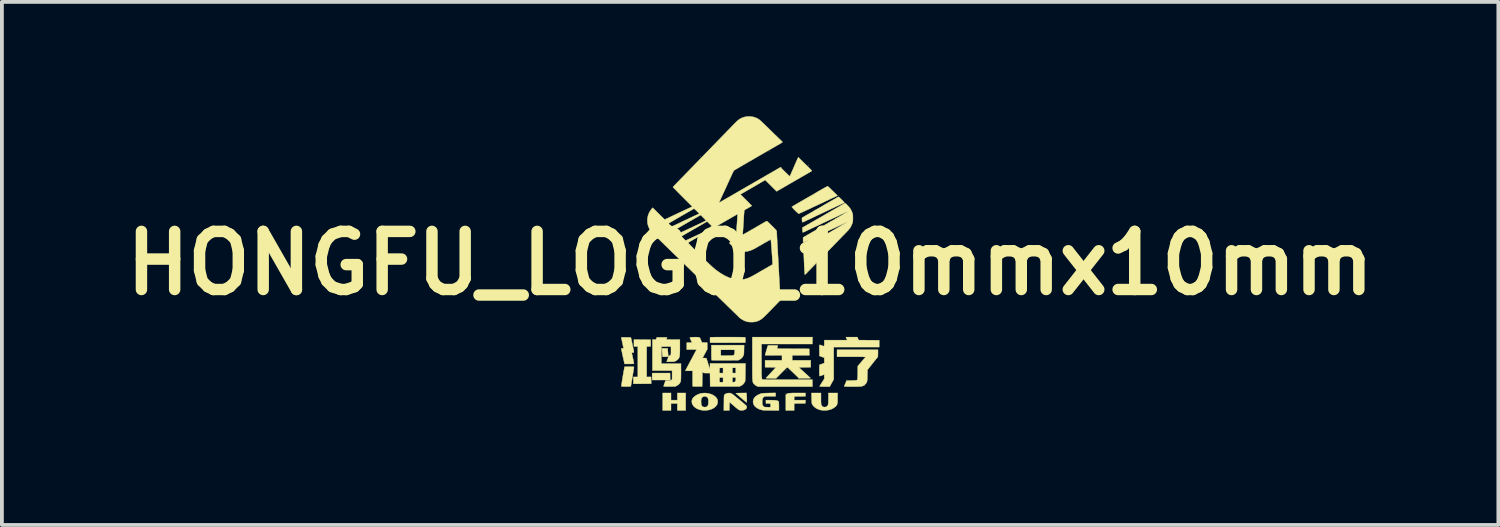
<source format=kicad_pcb>
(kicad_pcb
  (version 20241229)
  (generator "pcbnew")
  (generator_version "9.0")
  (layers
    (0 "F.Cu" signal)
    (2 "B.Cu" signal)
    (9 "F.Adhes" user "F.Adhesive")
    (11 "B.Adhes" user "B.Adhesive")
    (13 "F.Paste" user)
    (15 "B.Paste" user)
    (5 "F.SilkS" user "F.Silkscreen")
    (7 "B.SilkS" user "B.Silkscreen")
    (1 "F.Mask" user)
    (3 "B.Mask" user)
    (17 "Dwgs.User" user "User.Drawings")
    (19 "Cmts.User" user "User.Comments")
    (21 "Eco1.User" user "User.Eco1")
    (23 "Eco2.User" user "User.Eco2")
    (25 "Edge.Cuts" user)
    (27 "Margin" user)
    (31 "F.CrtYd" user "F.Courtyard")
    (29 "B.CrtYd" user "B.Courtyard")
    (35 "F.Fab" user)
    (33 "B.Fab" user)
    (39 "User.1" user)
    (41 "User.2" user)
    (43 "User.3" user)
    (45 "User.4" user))
  (footprint "HONGFU_LOGO_10mmx10mm"
    (layer "F.Cu")
    (at 16.626 3.854)
    (property "Reference" "HONGFU_LOGO_10mmx10mm" (at 0 0 0) (layer "F.SilkS") (effects (font (size 1.524 1.524) (thickness 0.3))))
    (attr through_hole)
    (fp_poly (pts (xy -1.292 -2.805) (xy -1.295 -2.801) (xy -1.299 -2.805) (xy -1.295 -2.809) (xy -1.292 -2.805)) (stroke (width 0.01) (type solid)) (fill yes) (layer "F.SilkS"))
    (fp_poly (pts (xy -1.001 0.737) (xy -1.005 0.74) (xy -1.009 0.737) (xy -1.005 0.733) (xy -1.001 0.737)) (stroke (width 0.01) (type solid)) (fill yes) (layer "F.SilkS"))
    (fp_poly (pts (xy 0.508 -2.943) (xy 0.504 -2.939) (xy 0.501 -2.943) (xy 0.504 -2.946) (xy 0.508 -2.943)) (stroke (width 0.01) (type solid)) (fill yes) (layer "F.SilkS"))
    (fp_poly (pts (xy 0.827 -2.515) (xy 0.824 -2.511) (xy 0.82 -2.515) (xy 0.824 -2.518) (xy 0.827 -2.515)) (stroke (width 0.01) (type solid)) (fill yes) (layer "F.SilkS"))
    (fp_poly (pts (xy 0.943 3.429) (xy 0.94 3.433) (xy 0.936 3.429) (xy 0.94 3.425) (xy 0.943 3.429)) (stroke (width 0.01) (type solid)) (fill yes) (layer "F.SilkS"))
    (fp_poly (pts (xy 0.951 2.805) (xy 0.947 2.809) (xy 0.943 2.805) (xy 0.947 2.801) (xy 0.951 2.805)) (stroke (width 0.01) (type solid)) (fill yes) (layer "F.SilkS"))
    (fp_poly (pts (xy 1.277 3.03) (xy 1.274 3.033) (xy 1.27 3.03) (xy 1.274 3.026) (xy 1.277 3.03)) (stroke (width 0.01) (type solid)) (fill yes) (layer "F.SilkS"))
    (fp_poly (pts (xy 1.531 -2.573) (xy 1.528 -2.569) (xy 1.524 -2.573) (xy 1.528 -2.576) (xy 1.531 -2.573)) (stroke (width 0.01) (type solid)) (fill yes) (layer "F.SilkS"))
    (fp_poly (pts (xy 2.533 3.066) (xy 2.529 3.07) (xy 2.525 3.066) (xy 2.529 3.063) (xy 2.533 3.066)) (stroke (width 0.01) (type solid)) (fill yes) (layer "F.SilkS"))
    (fp_poly (pts (xy 2.997 3.211) (xy 2.994 3.215) (xy 2.99 3.211) (xy 2.994 3.208) (xy 2.997 3.211)) (stroke (width 0.01) (type solid)) (fill yes) (layer "F.SilkS"))
    (fp_poly (pts (xy -2.076 3.592) (xy -1.909 3.592) (xy -1.909 3.404) (xy -1.691 3.404) (xy -1.691 3.861) (xy -1.909 3.861) (xy -1.909 3.679) (xy -2.076 3.679) (xy -2.076 3.861) (xy -2.293 3.861) (xy -2.293 3.404) (xy -2.076 3.404) (xy -2.076 3.592)) (stroke (width 0.01) (type solid)) (fill yes) (layer "F.SilkS"))
    (fp_poly (pts (xy -2.16 2.29) (xy -2.157 2.327) (xy -2.153 2.369) (xy -2.151 2.398) (xy -2.146 2.453) (xy -2.299 2.453) (xy -2.303 2.382) (xy -2.306 2.346) (xy -2.309 2.311) (xy -2.311 2.282) (xy -2.312 2.273) (xy -2.317 2.235) (xy -2.165 2.235) (xy -2.16 2.29)) (stroke (width 0.01) (type solid)) (fill yes) (layer "F.SilkS"))
    (fp_poly (pts (xy -2.412 2.881) (xy -2.358 2.881) (xy -2.33 2.881) (xy -2.101 2.881) (xy -2.099 2.972) (xy -2.097 3.063) (xy -2.568 3.063) (xy -2.57 2.972) (xy -2.571 2.931) (xy -2.57 2.902) (xy -2.568 2.885) (xy -2.565 2.881) (xy -2.557 2.881) (xy -2.535 2.881) (xy -2.503 2.881) (xy -2.461 2.881) (xy -2.412 2.881)) (stroke (width 0.01) (type solid)) (fill yes) (layer "F.SilkS"))
    (fp_poly (pts (xy -2.828 2.005) (xy -2.609 2.007) (xy -2.609 2.181) (xy -2.662 2.183) (xy -2.714 2.185) (xy -2.714 2.983) (xy -2.598 2.983) (xy -2.597 3.044) (xy -2.596 3.077) (xy -2.596 3.107) (xy -2.595 3.13) (xy -2.595 3.133) (xy -2.594 3.16) (xy -3.063 3.164) (xy -3.063 2.983) (xy -2.946 2.983) (xy -2.946 2.184) (xy -3.048 2.184) (xy -3.048 2.003) (xy -2.828 2.005)) (stroke (width 0.01) (type solid)) (fill yes) (layer "F.SilkS"))
    (fp_poly (pts (xy -0.092 3.463) (xy -0.089 3.503) (xy -0.088 3.542) (xy -0.087 3.579) (xy -0.088 3.611) (xy -0.089 3.635) (xy -0.091 3.648) (xy -0.093 3.65) (xy -0.1 3.646) (xy -0.116 3.633) (xy -0.141 3.613) (xy -0.171 3.588) (xy -0.179 3.581) (xy -0.16 3.581) (xy -0.156 3.585) (xy -0.152 3.581) (xy -0.156 3.578) (xy -0.16 3.581) (xy -0.179 3.581) (xy -0.206 3.558) (xy -0.236 3.533) (xy -0.274 3.501) (xy -0.308 3.471) (xy -0.337 3.446) (xy -0.359 3.427) (xy -0.372 3.415) (xy -0.376 3.411) (xy -0.369 3.41) (xy -0.351 3.408) (xy -0.322 3.407) (xy -0.285 3.405) (xy -0.243 3.405) (xy -0.237 3.404) (xy -0.097 3.403) (xy -0.092 3.463)) (stroke (width 0.01) (type solid)) (fill yes) (layer "F.SilkS"))
    (fp_poly (pts (xy 1.451 3.49) (xy 1.304 3.492) (xy 1.158 3.494) (xy 1.155 3.543) (xy 1.153 3.592) (xy 1.452 3.592) (xy 1.45 3.634) (xy 1.448 3.676) (xy 1.314 3.677) (xy 1.27 3.678) (xy 1.231 3.678) (xy 1.199 3.679) (xy 1.177 3.679) (xy 1.167 3.679) (xy 1.161 3.681) (xy 1.158 3.686) (xy 1.155 3.698) (xy 1.154 3.719) (xy 1.154 3.751) (xy 1.154 3.77) (xy 1.154 3.861) (xy 0.936 3.861) (xy 0.936 3.454) (xy 0.953 3.437) (xy 0.964 3.428) (xy 0.979 3.421) (xy 0.998 3.415) (xy 1.024 3.41) (xy 1.057 3.407) (xy 1.1 3.405) (xy 1.154 3.404) (xy 1.22 3.404) (xy 1.249 3.404) (xy 1.451 3.404) (xy 1.451 3.49)) (stroke (width 0.01) (type solid)) (fill yes) (layer "F.SilkS"))
    (fp_poly (pts (xy -0.525 1.938) (xy -0.456 1.938) (xy -0.39 1.938) (xy -0.328 1.939) (xy -0.272 1.939) (xy -0.224 1.94) (xy -0.185 1.94) (xy -0.157 1.941) (xy -0.142 1.942) (xy -0.139 1.942) (xy -0.132 1.945) (xy -0.127 1.95) (xy -0.125 1.961) (xy -0.124 1.98) (xy -0.125 2.011) (xy -0.125 2.015) (xy -0.127 2.083) (xy -0.587 2.085) (xy -0.667 2.085) (xy -0.743 2.085) (xy -0.813 2.085) (xy -0.877 2.085) (xy -0.932 2.085) (xy -0.978 2.085) (xy -1.014 2.084) (xy -1.038 2.084) (xy -1.049 2.084) (xy -1.049 2.083) (xy -1.051 2.075) (xy -1.052 2.056) (xy -1.052 2.029) (xy -1.052 2.014) (xy -1.052 1.947) (xy -1.03 1.942) (xy -1.018 1.941) (xy -0.993 1.94) (xy -0.958 1.94) (xy -0.912 1.939) (xy -0.859 1.939) (xy -0.799 1.938) (xy -0.734 1.938) (xy -0.665 1.938) (xy -0.595 1.938) (xy -0.525 1.938)) (stroke (width 0.01) (type solid)) (fill yes) (layer "F.SilkS"))
    (fp_poly (pts (xy -0.161 2.273) (xy -0.162 2.319) (xy -0.163 2.353) (xy -0.165 2.378) (xy -0.168 2.396) (xy -0.171 2.411) (xy -0.177 2.424) (xy -0.183 2.435) (xy -0.209 2.475) (xy -0.242 2.506) (xy -0.276 2.527) (xy -0.308 2.544) (xy -0.657 2.546) (xy -0.727 2.546) (xy -0.792 2.546) (xy -0.852 2.546) (xy -0.904 2.546) (xy -0.947 2.545) (xy -0.981 2.545) (xy -1.002 2.544) (xy -1.011 2.543) (xy -1.011 2.543) (xy -1.012 2.534) (xy -1.013 2.513) (xy -1.014 2.482) (xy -1.015 2.442) (xy -1.016 2.395) (xy -1.016 2.343) (xy -1.016 2.271) (xy -0.769 2.271) (xy -0.769 2.424) (xy -0.614 2.424) (xy -0.555 2.423) (xy -0.507 2.422) (xy -0.471 2.42) (xy -0.448 2.418) (xy -0.44 2.416) (xy -0.424 2.404) (xy -0.413 2.384) (xy -0.408 2.354) (xy -0.406 2.322) (xy -0.406 2.271) (xy -0.769 2.271) (xy -1.016 2.271) (xy -1.016 2.148) (xy -0.158 2.148) (xy -0.161 2.273)) (stroke (width 0.01) (type solid)) (fill yes) (layer "F.SilkS"))
    (fp_poly (pts (xy -3.126 2.714) (xy -3.094 2.715) (xy -3.072 2.715) (xy -3.058 2.717) (xy -3.051 2.72) (xy -3.048 2.724) (xy -3.048 2.729) (xy -3.049 2.741) (xy -3.052 2.764) (xy -3.058 2.797) (xy -3.064 2.839) (xy -3.072 2.885) (xy -3.077 2.92) (xy -3.086 2.973) (xy -3.095 3.025) (xy -3.103 3.074) (xy -3.11 3.116) (xy -3.116 3.148) (xy -3.118 3.16) (xy -3.123 3.189) (xy -3.127 3.213) (xy -3.131 3.227) (xy -3.132 3.23) (xy -3.14 3.232) (xy -3.159 3.233) (xy -3.188 3.234) (xy -3.222 3.235) (xy -3.258 3.235) (xy -3.295 3.235) (xy -3.328 3.234) (xy -3.355 3.233) (xy -3.372 3.231) (xy -3.378 3.23) (xy -3.378 3.221) (xy -3.375 3.201) (xy -3.371 3.17) (xy -3.365 3.13) (xy -3.358 3.084) (xy -3.349 3.033) (xy -3.341 2.979) (xy -3.331 2.925) (xy -3.322 2.871) (xy -3.313 2.821) (xy -3.305 2.777) (xy -3.3 2.75) (xy -3.297 2.729) (xy -3.295 2.718) (xy -3.295 2.717) (xy -3.288 2.716) (xy -3.269 2.715) (xy -3.24 2.715) (xy -3.204 2.714) (xy -3.171 2.714) (xy -3.126 2.714)) (stroke (width 0.01) (type solid)) (fill yes) (layer "F.SilkS"))
    (fp_poly (pts (xy -0.522 3.408) (xy -0.5 3.414) (xy -0.484 3.422) (xy -0.46 3.438) (xy -0.432 3.458) (xy -0.41 3.477) (xy -0.381 3.5) (xy -0.355 3.522) (xy -0.334 3.54) (xy -0.322 3.549) (xy -0.31 3.559) (xy -0.288 3.577) (xy -0.26 3.601) (xy -0.227 3.628) (xy -0.193 3.656) (xy -0.156 3.688) (xy -0.129 3.712) (xy -0.11 3.73) (xy -0.098 3.743) (xy -0.091 3.753) (xy -0.088 3.762) (xy -0.087 3.77) (xy -0.094 3.8) (xy -0.113 3.825) (xy -0.142 3.844) (xy -0.179 3.856) (xy -0.222 3.86) (xy -0.235 3.86) (xy -0.252 3.858) (xy -0.268 3.856) (xy -0.282 3.851) (xy -0.298 3.843) (xy -0.317 3.831) (xy -0.34 3.813) (xy -0.37 3.789) (xy -0.408 3.757) (xy -0.439 3.73) (xy -0.541 3.643) (xy -0.543 3.752) (xy -0.545 3.861) (xy -0.69 3.861) (xy -0.688 3.662) (xy -0.687 3.603) (xy -0.687 3.557) (xy -0.686 3.522) (xy -0.685 3.496) (xy -0.683 3.478) (xy -0.681 3.465) (xy -0.678 3.457) (xy -0.674 3.45) (xy -0.669 3.445) (xy -0.669 3.444) (xy -0.64 3.424) (xy -0.604 3.411) (xy -0.563 3.405) (xy -0.522 3.408)) (stroke (width 0.01) (type solid)) (fill yes) (layer "F.SilkS"))
    (fp_poly (pts (xy 1.858 3.55) (xy 1.858 3.601) (xy 1.858 3.639) (xy 1.86 3.668) (xy 1.861 3.689) (xy 1.864 3.704) (xy 1.868 3.717) (xy 1.872 3.727) (xy 1.889 3.752) (xy 1.91 3.766) (xy 1.94 3.773) (xy 1.959 3.774) (xy 1.995 3.768) (xy 2.022 3.75) (xy 2.04 3.722) (xy 2.046 3.705) (xy 2.048 3.687) (xy 2.051 3.657) (xy 2.052 3.619) (xy 2.053 3.575) (xy 2.054 3.538) (xy 2.054 3.404) (xy 2.293 3.404) (xy 2.293 3.54) (xy 2.293 3.589) (xy 2.292 3.626) (xy 2.291 3.653) (xy 2.289 3.673) (xy 2.286 3.688) (xy 2.281 3.7) (xy 2.279 3.705) (xy 2.267 3.728) (xy 2.255 3.745) (xy 2.239 3.761) (xy 2.215 3.78) (xy 2.211 3.783) (xy 2.155 3.818) (xy 2.089 3.843) (xy 2.018 3.857) (xy 1.943 3.861) (xy 1.867 3.854) (xy 1.845 3.85) (xy 1.786 3.832) (xy 1.732 3.805) (xy 1.685 3.771) (xy 1.648 3.732) (xy 1.631 3.705) (xy 1.625 3.693) (xy 1.621 3.681) (xy 1.618 3.664) (xy 1.616 3.642) (xy 1.614 3.612) (xy 1.613 3.571) (xy 1.612 3.54) (xy 1.61 3.404) (xy 1.858 3.404) (xy 1.858 3.55)) (stroke (width 0.01) (type solid)) (fill yes) (layer "F.SilkS"))
    (fp_poly (pts (xy 1.634 2.028) (xy 1.632 2.119) (xy 0.298 2.119) (xy 0.298 2.562) (xy 0.298 2.657) (xy 0.298 2.738) (xy 0.298 2.807) (xy 0.298 2.865) (xy 0.299 2.912) (xy 0.3 2.95) (xy 0.302 2.98) (xy 0.304 3.003) (xy 0.307 3.02) (xy 0.31 3.032) (xy 0.314 3.04) (xy 0.319 3.045) (xy 0.325 3.049) (xy 0.331 3.051) (xy 0.339 3.051) (xy 0.362 3.052) (xy 0.396 3.053) (xy 0.442 3.053) (xy 0.499 3.054) (xy 0.564 3.054) (xy 0.638 3.055) (xy 0.719 3.055) (xy 0.806 3.055) (xy 0.898 3.055) (xy 0.988 3.055) (xy 1.633 3.055) (xy 1.633 3.237) (xy 0.92 3.237) (xy 0.207 3.237) (xy 0.171 3.22) (xy 0.143 3.203) (xy 0.117 3.182) (xy 0.107 3.173) (xy 0.098 3.163) (xy 0.091 3.155) (xy 0.084 3.146) (xy 0.079 3.137) (xy 0.074 3.126) (xy 0.07 3.112) (xy 0.067 3.094) (xy 0.064 3.071) (xy 0.062 3.042) (xy 0.06 3.007) (xy 0.059 2.963) (xy 0.059 2.911) (xy 0.058 2.849) (xy 0.058 2.776) (xy 0.058 2.692) (xy 0.058 2.594) (xy 0.058 2.514) (xy 0.058 1.938) (xy 0.847 1.938) (xy 1.636 1.938) (xy 1.634 2.028)) (stroke (width 0.01) (type solid)) (fill yes) (layer "F.SilkS"))
    (fp_poly (pts (xy -1.147 3.407) (xy -1.079 3.419) (xy -1.014 3.439) (xy -0.957 3.468) (xy -0.909 3.504) (xy -0.907 3.506) (xy -0.878 3.539) (xy -0.861 3.573) (xy -0.852 3.613) (xy -0.851 3.622) (xy -0.854 3.668) (xy -0.87 3.713) (xy -0.9 3.753) (xy -0.942 3.79) (xy -0.996 3.821) (xy -1.003 3.824) (xy -1.066 3.846) (xy -1.136 3.858) (xy -1.209 3.861) (xy -1.281 3.853) (xy -1.312 3.846) (xy -1.374 3.825) (xy -1.428 3.796) (xy -1.471 3.762) (xy -1.503 3.722) (xy -1.523 3.679) (xy -1.53 3.636) (xy -1.287 3.636) (xy -1.285 3.685) (xy -1.277 3.722) (xy -1.263 3.748) (xy -1.242 3.765) (xy -1.213 3.772) (xy -1.19 3.774) (xy -1.159 3.772) (xy -1.138 3.764) (xy -1.13 3.759) (xy -1.112 3.739) (xy -1.101 3.71) (xy -1.095 3.669) (xy -1.093 3.629) (xy -1.096 3.584) (xy -1.103 3.551) (xy -1.116 3.526) (xy -1.137 3.508) (xy -1.142 3.505) (xy -1.175 3.492) (xy -1.21 3.494) (xy -1.242 3.507) (xy -1.261 3.523) (xy -1.275 3.542) (xy -1.283 3.567) (xy -1.287 3.601) (xy -1.287 3.636) (xy -1.53 3.636) (xy -1.53 3.633) (xy -1.529 3.613) (xy -1.524 3.587) (xy -1.517 3.564) (xy -1.514 3.557) (xy -1.489 3.523) (xy -1.452 3.49) (xy -1.407 3.46) (xy -1.355 3.435) (xy -1.299 3.417) (xy -1.285 3.414) (xy -1.217 3.405) (xy -1.147 3.407)) (stroke (width 0.01) (type solid)) (fill yes) (layer "F.SilkS"))
    (fp_poly (pts (xy -3.209 1.945) (xy -3.176 1.945) (xy -3.153 1.946) (xy -3.139 1.948) (xy -3.131 1.951) (xy -3.127 1.955) (xy -3.125 1.96) (xy -3.124 1.961) (xy -3.122 1.974) (xy -3.117 1.998) (xy -3.11 2.03) (xy -3.102 2.067) (xy -3.099 2.083) (xy -3.089 2.127) (xy -3.08 2.172) (xy -3.071 2.214) (xy -3.063 2.248) (xy -3.062 2.252) (xy -3.054 2.29) (xy -3.05 2.315) (xy -3.049 2.331) (xy -3.053 2.34) (xy -3.061 2.343) (xy -3.074 2.344) (xy -3.077 2.344) (xy -3.095 2.345) (xy -3.105 2.347) (xy -3.106 2.348) (xy -3.105 2.356) (xy -3.1 2.376) (xy -3.094 2.405) (xy -3.086 2.442) (xy -3.077 2.483) (xy -3.068 2.525) (xy -3.06 2.564) (xy -3.053 2.595) (xy -3.049 2.617) (xy -3.048 2.628) (xy -3.049 2.633) (xy -3.052 2.636) (xy -3.061 2.639) (xy -3.077 2.64) (xy -3.101 2.641) (xy -3.137 2.642) (xy -3.171 2.642) (xy -3.293 2.642) (xy -3.298 2.624) (xy -3.301 2.611) (xy -3.306 2.587) (xy -3.313 2.554) (xy -3.322 2.515) (xy -3.332 2.471) (xy -3.342 2.426) (xy -3.351 2.381) (xy -3.361 2.338) (xy -3.369 2.301) (xy -3.375 2.27) (xy -3.38 2.249) (xy -3.382 2.239) (xy -3.382 2.239) (xy -3.375 2.237) (xy -3.359 2.235) (xy -3.35 2.235) (xy -3.319 2.235) (xy -3.347 2.106) (xy -3.356 2.064) (xy -3.364 2.026) (xy -3.371 1.994) (xy -3.376 1.971) (xy -3.378 1.961) (xy -3.382 1.945) (xy -3.255 1.945) (xy -3.209 1.945)) (stroke (width 0.01) (type solid)) (fill yes) (layer "F.SilkS"))
    (fp_poly (pts (xy 2.662 1.938) (xy 2.812 1.938) (xy 2.829 1.978) (xy 2.847 2.017) (xy 3.116 2.019) (xy 3.385 2.021) (xy 3.385 2.199) (xy 2.192 2.199) (xy 2.192 3.046) (xy 2.087 3.237) (xy 1.954 3.237) (xy 1.912 3.236) (xy 1.876 3.235) (xy 1.847 3.234) (xy 1.828 3.232) (xy 1.822 3.231) (xy 1.825 3.223) (xy 1.836 3.205) (xy 1.851 3.179) (xy 1.871 3.148) (xy 1.883 3.129) (xy 1.945 3.033) (xy 1.945 2.919) (xy 1.889 2.94) (xy 1.862 2.95) (xy 1.839 2.957) (xy 1.825 2.961) (xy 1.823 2.961) (xy 1.82 2.958) (xy 1.818 2.946) (xy 1.816 2.926) (xy 1.815 2.895) (xy 1.814 2.852) (xy 1.814 2.812) (xy 1.815 2.765) (xy 1.815 2.725) (xy 1.817 2.693) (xy 1.819 2.672) (xy 1.821 2.663) (xy 1.821 2.663) (xy 1.83 2.661) (xy 1.85 2.654) (xy 1.875 2.645) (xy 1.886 2.641) (xy 1.945 2.619) (xy 1.945 2.548) (xy 1.945 2.478) (xy 1.881 2.456) (xy 1.818 2.433) (xy 1.816 2.287) (xy 1.815 2.237) (xy 1.815 2.199) (xy 1.816 2.172) (xy 1.817 2.154) (xy 1.82 2.145) (xy 1.823 2.141) (xy 1.824 2.141) (xy 1.836 2.143) (xy 1.856 2.15) (xy 1.882 2.159) (xy 1.883 2.159) (xy 1.907 2.168) (xy 1.927 2.174) (xy 1.938 2.177) (xy 1.938 2.177) (xy 1.941 2.17) (xy 1.943 2.151) (xy 1.945 2.122) (xy 1.945 2.097) (xy 1.945 2.017) (xy 2.546 2.017) (xy 2.511 1.938) (xy 2.662 1.938)) (stroke (width 0.01) (type solid)) (fill yes) (layer "F.SilkS"))
    (fp_poly (pts (xy 0.668 3.491) (xy 0.523 3.491) (xy 0.474 3.491) (xy 0.437 3.491) (xy 0.41 3.492) (xy 0.391 3.494) (xy 0.378 3.496) (xy 0.369 3.5) (xy 0.361 3.505) (xy 0.36 3.506) (xy 0.341 3.524) (xy 0.328 3.546) (xy 0.321 3.575) (xy 0.317 3.613) (xy 0.317 3.636) (xy 0.318 3.677) (xy 0.321 3.707) (xy 0.326 3.723) (xy 0.345 3.749) (xy 0.367 3.767) (xy 0.389 3.774) (xy 0.39 3.774) (xy 0.407 3.774) (xy 0.433 3.775) (xy 0.463 3.776) (xy 0.472 3.776) (xy 0.533 3.777) (xy 0.536 3.735) (xy 0.536 3.71) (xy 0.534 3.692) (xy 0.531 3.685) (xy 0.521 3.681) (xy 0.5 3.679) (xy 0.473 3.678) (xy 0.469 3.678) (xy 0.414 3.678) (xy 0.414 3.592) (xy 0.539 3.592) (xy 0.604 3.593) (xy 0.655 3.596) (xy 0.694 3.602) (xy 0.722 3.609) (xy 0.74 3.62) (xy 0.747 3.628) (xy 0.75 3.64) (xy 0.752 3.664) (xy 0.754 3.696) (xy 0.755 3.734) (xy 0.755 3.751) (xy 0.755 3.861) (xy 0.55 3.86) (xy 0.487 3.86) (xy 0.438 3.86) (xy 0.398 3.859) (xy 0.367 3.857) (xy 0.342 3.855) (xy 0.322 3.853) (xy 0.304 3.849) (xy 0.292 3.846) (xy 0.228 3.824) (xy 0.174 3.795) (xy 0.131 3.76) (xy 0.1 3.719) (xy 0.081 3.674) (xy 0.076 3.632) (xy 0.083 3.583) (xy 0.104 3.539) (xy 0.138 3.499) (xy 0.186 3.465) (xy 0.201 3.456) (xy 0.229 3.442) (xy 0.254 3.431) (xy 0.278 3.423) (xy 0.305 3.417) (xy 0.336 3.412) (xy 0.375 3.409) (xy 0.422 3.407) (xy 0.482 3.406) (xy 0.495 3.405) (xy 0.668 3.402) (xy 0.668 3.491)) (stroke (width 0.01) (type solid)) (fill yes) (layer "F.SilkS"))
    (fp_poly (pts (xy 2.034 -2.018) (xy 2.043 -2.012) (xy 2.057 -2) (xy 2.076 -1.983) (xy 2.101 -1.959) (xy 2.134 -1.927) (xy 2.175 -1.887) (xy 2.225 -1.838) (xy 2.247 -1.817) (xy 2.292 -1.773) (xy 2.233 -1.745) (xy 2.181 -1.721) (xy 2.119 -1.692) (xy 2.052 -1.66) (xy 1.981 -1.627) (xy 1.949 -1.611) (xy 1.865 -1.571) (xy 1.775 -1.529) (xy 1.716 -1.502) (xy 1.697 -1.493) (xy 1.668 -1.48) (xy 1.632 -1.463) (xy 1.593 -1.444) (xy 1.576 -1.436) (xy 1.54 -1.419) (xy 1.51 -1.405) (xy 1.486 -1.394) (xy 1.472 -1.387) (xy 1.469 -1.386) (xy 1.462 -1.383) (xy 1.444 -1.375) (xy 1.418 -1.363) (xy 1.386 -1.348) (xy 1.375 -1.343) (xy 1.341 -1.327) (xy 1.311 -1.314) (xy 1.288 -1.304) (xy 1.275 -1.299) (xy 1.273 -1.299) (xy 1.265 -1.304) (xy 1.248 -1.318) (xy 1.226 -1.338) (xy 1.198 -1.364) (xy 1.175 -1.387) (xy 1.147 -1.416) (xy 1.123 -1.442) (xy 1.106 -1.463) (xy 1.095 -1.476) (xy 1.094 -1.481) (xy 1.101 -1.485) (xy 1.119 -1.496) (xy 1.146 -1.512) (xy 1.182 -1.533) (xy 1.223 -1.557) (xy 1.269 -1.584) (xy 1.319 -1.612) (xy 1.369 -1.641) (xy 1.419 -1.67) (xy 1.468 -1.698) (xy 1.513 -1.724) (xy 1.553 -1.747) (xy 1.587 -1.766) (xy 1.613 -1.78) (xy 1.618 -1.783) (xy 1.644 -1.798) (xy 1.669 -1.813) (xy 1.676 -1.817) (xy 1.702 -1.833) (xy 1.735 -1.853) (xy 1.772 -1.875) (xy 1.813 -1.899) (xy 1.855 -1.922) (xy 1.895 -1.946) (xy 1.933 -1.967) (xy 1.966 -1.985) (xy 1.992 -1.999) (xy 2.01 -2.008) (xy 2.016 -2.01) (xy 2.025 -2.016) (xy 2.027 -2.019) (xy 2.029 -2.02) (xy 2.034 -2.018)) (stroke (width 0.01) (type solid)) (fill yes) (layer "F.SilkS"))
    (fp_poly (pts (xy 3.353 2.365) (xy 3.352 2.407) (xy 3.351 2.437) (xy 3.348 2.455) (xy 3.344 2.465) (xy 3.343 2.467) (xy 3.336 2.474) (xy 3.321 2.492) (xy 3.3 2.517) (xy 3.274 2.55) (xy 3.243 2.588) (xy 3.21 2.63) (xy 3.205 2.636) (xy 3.077 2.798) (xy 3.075 2.946) (xy 3.073 3.003) (xy 3.072 3.048) (xy 3.068 3.082) (xy 3.063 3.109) (xy 3.055 3.13) (xy 3.044 3.148) (xy 3.029 3.165) (xy 3.009 3.184) (xy 3.008 3.184) (xy 2.992 3.198) (xy 2.976 3.209) (xy 2.96 3.218) (xy 2.941 3.225) (xy 2.918 3.23) (xy 2.889 3.233) (xy 2.852 3.235) (xy 2.805 3.236) (xy 2.747 3.237) (xy 2.687 3.237) (xy 2.633 3.236) (xy 2.583 3.236) (xy 2.54 3.235) (xy 2.505 3.234) (xy 2.481 3.233) (xy 2.469 3.231) (xy 2.467 3.231) (xy 2.47 3.222) (xy 2.478 3.203) (xy 2.489 3.176) (xy 2.499 3.153) (xy 2.53 3.081) (xy 2.662 3.077) (xy 2.71 3.076) (xy 2.745 3.074) (xy 2.77 3.072) (xy 2.787 3.069) (xy 2.798 3.066) (xy 2.805 3.062) (xy 2.806 3.06) (xy 2.811 3.055) (xy 2.814 3.047) (xy 2.816 3.034) (xy 2.818 3.016) (xy 2.819 2.988) (xy 2.82 2.951) (xy 2.821 2.903) (xy 2.822 2.872) (xy 2.824 2.697) (xy 2.891 2.62) (xy 2.93 2.574) (xy 2.961 2.538) (xy 2.985 2.51) (xy 3.002 2.49) (xy 3.014 2.476) (xy 3.021 2.467) (xy 3.024 2.461) (xy 3.025 2.46) (xy 3.018 2.458) (xy 2.998 2.457) (xy 2.966 2.456) (xy 2.922 2.455) (xy 2.867 2.454) (xy 2.803 2.453) (xy 2.73 2.453) (xy 2.653 2.453) (xy 2.279 2.453) (xy 2.279 2.271) (xy 3.353 2.271) (xy 3.353 2.365)) (stroke (width 0.01) (type solid)) (fill yes) (layer "F.SilkS"))
    (fp_poly (pts (xy 2.319 -1.74) (xy 2.327 -1.735) (xy 2.342 -1.722) (xy 2.363 -1.704) (xy 2.385 -1.683) (xy 2.407 -1.662) (xy 2.427 -1.642) (xy 2.44 -1.628) (xy 2.446 -1.621) (xy 2.446 -1.621) (xy 2.451 -1.614) (xy 2.461 -1.605) (xy 2.469 -1.597) (xy 2.47 -1.59) (xy 2.463 -1.583) (xy 2.446 -1.574) (xy 2.418 -1.561) (xy 2.409 -1.557) (xy 2.382 -1.545) (xy 2.347 -1.529) (xy 2.31 -1.512) (xy 2.29 -1.502) (xy 2.253 -1.485) (xy 2.213 -1.466) (xy 2.178 -1.449) (xy 2.163 -1.442) (xy 2.132 -1.428) (xy 2.095 -1.41) (xy 2.055 -1.392) (xy 2.032 -1.381) (xy 1.975 -1.354) (xy 1.93 -1.333) (xy 1.894 -1.316) (xy 1.866 -1.302) (xy 1.843 -1.291) (xy 1.823 -1.283) (xy 1.807 -1.275) (xy 1.787 -1.266) (xy 1.757 -1.252) (xy 1.72 -1.234) (xy 1.68 -1.215) (xy 1.652 -1.202) (xy 1.615 -1.184) (xy 1.582 -1.168) (xy 1.557 -1.156) (xy 1.54 -1.149) (xy 1.534 -1.147) (xy 1.527 -1.144) (xy 1.51 -1.135) (xy 1.484 -1.123) (xy 1.458 -1.11) (xy 1.428 -1.096) (xy 1.402 -1.084) (xy 1.383 -1.076) (xy 1.375 -1.074) (xy 1.369 -1.081) (xy 1.364 -1.101) (xy 1.361 -1.129) (xy 1.359 -1.156) (xy 1.359 -1.178) (xy 1.361 -1.19) (xy 1.362 -1.19) (xy 1.371 -1.197) (xy 1.392 -1.21) (xy 1.424 -1.228) (xy 1.464 -1.252) (xy 1.512 -1.279) (xy 1.566 -1.31) (xy 1.589 -1.323) (xy 1.622 -1.342) (xy 1.65 -1.358) (xy 1.67 -1.371) (xy 1.681 -1.379) (xy 1.682 -1.38) (xy 1.69 -1.386) (xy 1.691 -1.386) (xy 1.701 -1.39) (xy 1.723 -1.401) (xy 1.757 -1.42) (xy 1.803 -1.446) (xy 1.86 -1.479) (xy 1.901 -1.503) (xy 1.939 -1.526) (xy 1.975 -1.547) (xy 2.007 -1.565) (xy 2.03 -1.578) (xy 2.039 -1.584) (xy 2.09 -1.612) (xy 2.138 -1.64) (xy 2.183 -1.666) (xy 2.222 -1.688) (xy 2.254 -1.707) (xy 2.277 -1.721) (xy 2.288 -1.728) (xy 2.305 -1.737) (xy 2.318 -1.74) (xy 2.319 -1.74)) (stroke (width 0.01) (type solid)) (fill yes) (layer "F.SilkS"))
    (fp_poly (pts (xy -2.27 1.945) (xy -2.233 1.946) (xy -2.203 1.947) (xy -2.184 1.949) (xy -2.177 1.95) (xy -2.177 1.95) (xy -2.181 1.96) (xy -2.188 1.974) (xy -2.196 1.989) (xy -2.199 1.998) (xy -2.192 1.999) (xy -2.172 2) (xy -2.142 2.001) (xy -2.104 2.002) (xy -2.058 2.003) (xy -2.021 2.003) (xy -1.843 2.003) (xy -1.843 2.208) (xy -1.843 2.277) (xy -1.844 2.332) (xy -1.846 2.377) (xy -1.848 2.412) (xy -1.852 2.44) (xy -1.858 2.463) (xy -1.866 2.481) (xy -1.875 2.497) (xy -1.887 2.513) (xy -1.89 2.516) (xy -1.912 2.537) (xy -1.94 2.557) (xy -1.954 2.565) (xy -1.97 2.572) (xy -1.985 2.578) (xy -2.002 2.581) (xy -2.025 2.583) (xy -2.056 2.583) (xy -2.091 2.584) (xy -2.19 2.584) (xy -2.161 2.504) (xy -2.148 2.469) (xy -2.138 2.446) (xy -2.13 2.432) (xy -2.123 2.426) (xy -2.116 2.424) (xy -2.116 2.424) (xy -2.101 2.422) (xy -2.091 2.416) (xy -2.083 2.403) (xy -2.079 2.382) (xy -2.076 2.351) (xy -2.076 2.308) (xy -2.076 2.291) (xy -2.076 2.185) (xy -2.326 2.188) (xy -2.328 2.411) (xy -2.33 2.634) (xy -1.814 2.634) (xy -1.814 2.858) (xy -1.814 2.924) (xy -1.815 2.976) (xy -1.815 3.017) (xy -1.817 3.049) (xy -1.818 3.072) (xy -1.82 3.089) (xy -1.823 3.102) (xy -1.826 3.11) (xy -1.847 3.15) (xy -1.876 3.181) (xy -1.916 3.207) (xy -1.918 3.209) (xy -1.963 3.233) (xy -2.113 3.235) (xy -2.164 3.235) (xy -2.207 3.234) (xy -2.239 3.233) (xy -2.26 3.231) (xy -2.268 3.229) (xy -2.267 3.22) (xy -2.262 3.2) (xy -2.254 3.173) (xy -2.245 3.15) (xy -2.218 3.077) (xy -2.152 3.077) (xy -2.118 3.077) (xy -2.096 3.075) (xy -2.08 3.071) (xy -2.068 3.064) (xy -2.066 3.062) (xy -2.047 3.047) (xy -2.047 2.816) (xy -2.562 2.816) (xy -2.562 2.003) (xy -2.516 2.003) (xy -2.471 2.003) (xy -2.459 1.974) (xy -2.447 1.945) (xy -2.312 1.945) (xy -2.27 1.945)) (stroke (width 0.01) (type solid)) (fill yes) (layer "F.SilkS"))
    (fp_poly (pts (xy 0.637 2.156) (xy 0.673 2.157) (xy 0.702 2.158) (xy 0.72 2.16) (xy 0.726 2.161) (xy 0.724 2.171) (xy 0.719 2.19) (xy 0.715 2.203) (xy 0.709 2.224) (xy 0.705 2.237) (xy 0.704 2.241) (xy 0.711 2.241) (xy 0.731 2.241) (xy 0.764 2.242) (xy 0.807 2.242) (xy 0.859 2.243) (xy 0.919 2.243) (xy 0.987 2.243) (xy 1.06 2.244) (xy 1.127 2.244) (xy 1.549 2.246) (xy 1.551 2.331) (xy 1.553 2.417) (xy 1.103 2.417) (xy 1.103 2.547) (xy 1.589 2.547) (xy 1.589 2.728) (xy 1.276 2.732) (xy 1.413 2.856) (xy 1.451 2.89) (xy 1.486 2.922) (xy 1.516 2.95) (xy 1.54 2.973) (xy 1.557 2.989) (xy 1.563 2.995) (xy 1.574 3.006) (xy 1.584 3.007) (xy 1.588 3.007) (xy 1.586 3.011) (xy 1.579 3.014) (xy 1.561 3.016) (xy 1.53 3.018) (xy 1.487 3.018) (xy 1.431 3.019) (xy 1.281 3.018) (xy 1.143 2.884) (xy 1.105 2.848) (xy 1.07 2.814) (xy 1.039 2.785) (xy 1.014 2.761) (xy 0.996 2.745) (xy 0.988 2.738) (xy 0.983 2.735) (xy 0.978 2.733) (xy 0.971 2.735) (xy 0.962 2.741) (xy 0.949 2.751) (xy 0.931 2.768) (xy 0.907 2.791) (xy 0.875 2.823) (xy 0.834 2.864) (xy 0.826 2.872) (xy 0.681 3.019) (xy 0.547 3.019) (xy 0.501 3.019) (xy 0.462 3.018) (xy 0.434 3.016) (xy 0.417 3.014) (xy 0.414 3.012) (xy 0.419 3.003) (xy 0.424 2.999) (xy 0.431 2.993) (xy 0.447 2.977) (xy 0.47 2.953) (xy 0.498 2.924) (xy 0.53 2.889) (xy 0.555 2.863) (xy 0.676 2.732) (xy 0.534 2.73) (xy 0.392 2.728) (xy 0.392 2.547) (xy 0.835 2.547) (xy 0.835 2.417) (xy 0.613 2.417) (xy 0.558 2.416) (xy 0.508 2.416) (xy 0.465 2.415) (xy 0.43 2.415) (xy 0.406 2.414) (xy 0.393 2.413) (xy 0.392 2.412) (xy 0.394 2.404) (xy 0.399 2.385) (xy 0.407 2.358) (xy 0.416 2.324) (xy 0.427 2.287) (xy 0.438 2.25) (xy 0.448 2.215) (xy 0.457 2.184) (xy 0.462 2.168) (xy 0.464 2.164) (xy 0.47 2.16) (xy 0.481 2.158) (xy 0.5 2.156) (xy 0.528 2.156) (xy 0.567 2.155) (xy 0.596 2.155) (xy 0.637 2.156)) (stroke (width 0.01) (type solid)) (fill yes) (layer "F.SilkS"))
    (fp_poly (pts (xy -1.415 1.939) (xy -1.384 1.94) (xy -1.36 1.941) (xy -1.351 1.943) (xy -1.337 1.946) (xy -1.326 1.95) (xy -1.318 1.959) (xy -1.309 1.975) (xy -1.298 2) (xy -1.292 2.014) (xy -1.264 2.079) (xy -1.125 2.083) (xy -1.125 2.258) (xy -1.187 2.372) (xy -1.248 2.486) (xy -1.148 2.49) (xy -1.111 2.607) (xy -1.093 2.663) (xy -1.079 2.706) (xy -1.069 2.737) (xy -1.062 2.756) (xy -1.057 2.766) (xy -1.055 2.766) (xy -1.053 2.757) (xy -1.053 2.741) (xy -1.053 2.718) (xy -1.053 2.705) (xy -1.052 2.627) (xy -0.122 2.627) (xy -0.125 2.857) (xy -0.125 2.922) (xy -0.126 2.973) (xy -0.127 3.013) (xy -0.128 3.044) (xy -0.129 3.067) (xy -0.131 3.084) (xy -0.134 3.096) (xy -0.137 3.106) (xy -0.141 3.115) (xy -0.143 3.118) (xy -0.169 3.158) (xy -0.198 3.188) (xy -0.234 3.211) (xy -0.238 3.213) (xy -0.279 3.233) (xy -1.049 3.233) (xy -1.05 3.078) (xy -0.805 3.078) (xy -0.804 3.099) (xy -0.803 3.111) (xy -0.794 3.117) (xy -0.772 3.12) (xy -0.755 3.121) (xy -0.711 3.121) (xy -0.711 2.997) (xy -0.464 2.997) (xy -0.464 3.121) (xy -0.44 3.121) (xy -0.416 3.116) (xy -0.396 3.106) (xy -0.386 3.096) (xy -0.38 3.084) (xy -0.378 3.066) (xy -0.377 3.044) (xy -0.377 2.997) (xy -0.464 2.997) (xy -0.711 2.997) (xy -0.711 2.997) (xy -0.757 2.999) (xy -0.802 3.001) (xy -0.804 3.051) (xy -0.805 3.078) (xy -1.05 3.078) (xy -1.051 3.057) (xy -1.053 2.881) (xy -0.806 2.881) (xy -0.711 2.881) (xy -0.711 2.743) (xy -0.464 2.743) (xy -0.464 2.881) (xy -0.377 2.881) (xy -0.377 2.743) (xy -0.464 2.743) (xy -0.711 2.743) (xy -0.711 2.743) (xy -0.757 2.745) (xy -0.802 2.747) (xy -0.804 2.814) (xy -0.806 2.881) (xy -1.053 2.881) (xy -1.139 2.881) (xy -1.178 2.881) (xy -1.206 2.879) (xy -1.224 2.875) (xy -1.235 2.868) (xy -1.241 2.856) (xy -1.246 2.839) (xy -1.246 2.837) (xy -1.248 2.837) (xy -1.25 2.85) (xy -1.251 2.876) (xy -1.253 2.912) (xy -1.254 2.957) (xy -1.255 3.011) (xy -1.255 3.023) (xy -1.259 3.233) (xy -1.381 3.233) (xy -1.422 3.233) (xy -1.457 3.232) (xy -1.484 3.232) (xy -1.502 3.231) (xy -1.506 3.23) (xy -1.507 3.222) (xy -1.508 3.202) (xy -1.509 3.171) (xy -1.509 3.131) (xy -1.509 3.084) (xy -1.509 3.032) (xy -1.509 3.025) (xy -1.509 2.823) (xy -1.604 2.823) (xy -1.639 2.823) (xy -1.668 2.822) (xy -1.689 2.82) (xy -1.698 2.819) (xy -1.698 2.818) (xy -1.695 2.81) (xy -1.686 2.793) (xy -1.674 2.768) (xy -1.666 2.755) (xy -1.648 2.72) (xy -1.626 2.68) (xy -1.606 2.641) (xy -1.6 2.631) (xy -1.583 2.598) (xy -1.565 2.566) (xy -1.551 2.539) (xy -1.546 2.529) (xy -1.535 2.509) (xy -1.519 2.48) (xy -1.501 2.445) (xy -1.481 2.408) (xy -1.477 2.398) (xy -1.458 2.364) (xy -1.442 2.333) (xy -1.428 2.308) (xy -1.419 2.293) (xy -1.418 2.29) (xy -1.41 2.276) (xy -1.408 2.27) (xy -1.415 2.268) (xy -1.434 2.266) (xy -1.463 2.265) (xy -1.499 2.264) (xy -1.535 2.264) (xy -1.662 2.264) (xy -1.662 2.083) (xy -1.525 2.083) (xy -1.555 2.018) (xy -1.567 1.99) (xy -1.576 1.966) (xy -1.58 1.951) (xy -1.58 1.947) (xy -1.57 1.945) (xy -1.55 1.943) (xy -1.52 1.941) (xy -1.486 1.94) (xy -1.45 1.939) (xy -1.415 1.939)) (stroke (width 0.01) (type solid)) (fill yes) (layer "F.SilkS"))
    (fp_poly (pts (xy 2.492 -1.572) (xy 2.507 -1.563) (xy 2.528 -1.544) (xy 2.557 -1.515) (xy 2.557 -1.515) (xy 2.601 -1.466) (xy 2.635 -1.418) (xy 2.661 -1.37) (xy 2.679 -1.324) (xy 2.686 -1.3) (xy 2.691 -1.278) (xy 2.694 -1.254) (xy 2.695 -1.223) (xy 2.696 -1.181) (xy 2.696 -1.179) (xy 2.695 -1.139) (xy 2.694 -1.109) (xy 2.691 -1.086) (xy 2.686 -1.065) (xy 2.679 -1.044) (xy 2.675 -1.034) (xy 2.654 -0.984) (xy 2.631 -0.942) (xy 2.604 -0.902) (xy 2.569 -0.861) (xy 2.544 -0.835) (xy 2.519 -0.809) (xy 2.486 -0.775) (xy 2.448 -0.736) (xy 2.408 -0.695) (xy 2.368 -0.654) (xy 2.354 -0.639) (xy 2.317 -0.601) (xy 2.281 -0.564) (xy 2.248 -0.53) (xy 2.22 -0.501) (xy 2.199 -0.479) (xy 2.192 -0.472) (xy 2.151 -0.429) (xy 2.103 -0.38) (xy 2.051 -0.326) (xy 1.995 -0.269) (xy 1.937 -0.209) (xy 1.879 -0.149) (xy 1.822 -0.09) (xy 1.767 -0.034) (xy 1.716 0.018) (xy 1.67 0.065) (xy 1.632 0.104) (xy 1.602 0.135) (xy 1.599 0.138) (xy 1.564 0.174) (xy 1.531 0.207) (xy 1.502 0.237) (xy 1.479 0.261) (xy 1.463 0.277) (xy 1.459 0.281) (xy 1.444 0.295) (xy 1.435 0.298) (xy 1.434 0.296) (xy 1.433 0.287) (xy 1.431 0.265) (xy 1.429 0.232) (xy 1.428 0.21) (xy 1.437 0.21) (xy 1.442 0.218) (xy 1.444 0.218) (xy 1.451 0.212) (xy 1.451 0.21) (xy 1.48 0.21) (xy 1.486 0.218) (xy 1.488 0.218) (xy 1.495 0.212) (xy 1.495 0.21) (xy 1.489 0.203) (xy 1.488 0.203) (xy 1.481 0.209) (xy 1.48 0.21) (xy 1.451 0.21) (xy 1.446 0.203) (xy 1.444 0.203) (xy 1.437 0.209) (xy 1.437 0.21) (xy 1.428 0.21) (xy 1.427 0.19) (xy 1.425 0.153) (xy 1.539 0.153) (xy 1.544 0.159) (xy 1.549 0.16) (xy 1.559 0.158) (xy 1.56 0.157) (xy 1.555 0.152) (xy 1.549 0.15) (xy 1.54 0.15) (xy 1.539 0.153) (xy 1.425 0.153) (xy 1.424 0.14) (xy 1.422 0.094) (xy 1.597 0.094) (xy 1.599 0.1) (xy 1.601 0.099) (xy 1.602 0.091) (xy 1.601 0.09) (xy 1.597 0.091) (xy 1.597 0.094) (xy 1.422 0.094) (xy 1.421 0.085) (xy 1.419 0.036) (xy 1.655 0.036) (xy 1.657 0.043) (xy 1.658 0.044) (xy 1.664 0.038) (xy 1.666 0.036) (xy 1.665 0.03) (xy 1.662 0.029) (xy 1.655 0.034) (xy 1.655 0.036) (xy 1.419 0.036) (xy 1.418 0.026) (xy 1.416 -0.021) (xy 1.705 -0.021) (xy 1.711 -0.015) (xy 1.712 -0.015) (xy 1.722 -0.02) (xy 1.723 -0.021) (xy 1.721 -0.026) (xy 1.716 -0.027) (xy 1.707 -0.023) (xy 1.705 -0.021) (xy 1.416 -0.021) (xy 1.415 -0.034) (xy 1.412 -0.096) (xy 1.41 -0.155) (xy 1.407 -0.212) (xy 1.405 -0.263) (xy 1.403 -0.308) (xy 1.402 -0.344) (xy 1.401 -0.369) (xy 1.401 -0.381) (xy 1.401 -0.417) (xy 1.515 -0.482) (xy 1.559 -0.507) (xy 1.611 -0.537) (xy 1.666 -0.569) (xy 1.721 -0.6) (xy 1.767 -0.627) (xy 1.818 -0.656) (xy 1.874 -0.688) (xy 1.931 -0.721) (xy 1.984 -0.752) (xy 2.025 -0.775) (xy 2.067 -0.799) (xy 2.119 -0.829) (xy 2.175 -0.861) (xy 2.232 -0.894) (xy 2.286 -0.926) (xy 2.304 -0.936) (xy 2.35 -0.963) (xy 2.395 -0.989) (xy 2.435 -1.012) (xy 2.469 -1.031) (xy 2.494 -1.046) (xy 2.506 -1.052) (xy 2.532 -1.067) (xy 2.546 -1.076) (xy 2.547 -1.079) (xy 2.536 -1.076) (xy 2.514 -1.066) (xy 2.48 -1.051) (xy 2.436 -1.03) (xy 2.41 -1.018) (xy 2.372 -1) (xy 2.325 -0.978) (xy 2.276 -0.955) (xy 2.23 -0.933) (xy 2.221 -0.929) (xy 2.179 -0.909) (xy 2.135 -0.889) (xy 2.095 -0.87) (xy 2.062 -0.855) (xy 2.054 -0.851) (xy 1.947 -0.8) (xy 1.852 -0.756) (xy 1.768 -0.717) (xy 1.696 -0.683) (xy 1.634 -0.653) (xy 1.58 -0.628) (xy 1.536 -0.608) (xy 1.499 -0.591) (xy 1.469 -0.577) (xy 1.446 -0.566) (xy 1.428 -0.558) (xy 1.415 -0.552) (xy 1.405 -0.548) (xy 1.399 -0.546) (xy 1.395 -0.545) (xy 1.393 -0.544) (xy 1.391 -0.551) (xy 1.389 -0.569) (xy 1.389 -0.595) (xy 1.389 -0.61) (xy 1.39 -0.676) (xy 1.466 -0.72) (xy 1.494 -0.736) (xy 1.531 -0.758) (xy 1.576 -0.783) (xy 1.625 -0.812) (xy 1.676 -0.841) (xy 1.713 -0.862) (xy 1.766 -0.893) (xy 1.81 -0.918) (xy 1.845 -0.938) (xy 1.874 -0.955) (xy 1.899 -0.969) (xy 1.922 -0.982) (xy 1.945 -0.996) (xy 1.971 -1.011) (xy 2.001 -1.028) (xy 2.038 -1.05) (xy 2.06 -1.062) (xy 2.1 -1.085) (xy 2.555 -1.085) (xy 2.558 -1.081) (xy 2.562 -1.085) (xy 2.558 -1.089) (xy 2.555 -1.085) (xy 2.1 -1.085) (xy 2.1 -1.085) (xy 2.135 -1.105) (xy 2.165 -1.122) (xy 2.186 -1.133) (xy 2.197 -1.139) (xy 2.198 -1.139) (xy 2.206 -1.144) (xy 2.213 -1.149) (xy 2.225 -1.158) (xy 2.246 -1.17) (xy 2.264 -1.181) (xy 2.294 -1.197) (xy 2.327 -1.216) (xy 2.344 -1.226) (xy 2.371 -1.242) (xy 2.398 -1.258) (xy 2.413 -1.266) (xy 2.441 -1.282) (xy 2.472 -1.299) (xy 2.502 -1.317) (xy 2.53 -1.334) (xy 2.553 -1.348) (xy 2.568 -1.358) (xy 2.573 -1.363) (xy 2.573 -1.363) (xy 2.566 -1.361) (xy 2.55 -1.354) (xy 2.528 -1.343) (xy 2.491 -1.325) (xy 2.458 -1.31) (xy 2.431 -1.298) (xy 2.412 -1.291) (xy 2.402 -1.29) (xy 2.402 -1.29) (xy 2.399 -1.29) (xy 2.397 -1.287) (xy 2.393 -1.283) (xy 2.384 -1.278) (xy 2.368 -1.269) (xy 2.345 -1.258) (xy 2.313 -1.242) (xy 2.271 -1.222) (xy 2.217 -1.197) (xy 2.21 -1.194) (xy 2.131 -1.157) (xy 2.049 -1.119) (xy 1.968 -1.081) (xy 1.887 -1.043) (xy 1.81 -1.006) (xy 1.736 -0.971) (xy 1.667 -0.939) (xy 1.605 -0.91) (xy 1.552 -0.885) (xy 1.508 -0.864) (xy 1.476 -0.849) (xy 1.467 -0.844) (xy 1.436 -0.83) (xy 1.409 -0.818) (xy 1.39 -0.811) (xy 1.38 -0.809) (xy 1.38 -0.809) (xy 1.377 -0.818) (xy 1.375 -0.838) (xy 1.373 -0.865) (xy 1.373 -0.873) (xy 1.37 -0.933) (xy 1.594 -1.061) (xy 1.654 -1.095) (xy 1.716 -1.131) (xy 1.778 -1.166) (xy 1.837 -1.2) (xy 1.891 -1.231) (xy 1.936 -1.257) (xy 1.952 -1.267) (xy 1.993 -1.291) (xy 2.032 -1.313) (xy 2.065 -1.332) (xy 2.09 -1.347) (xy 2.106 -1.356) (xy 2.108 -1.357) (xy 2.127 -1.368) (xy 2.584 -1.368) (xy 2.587 -1.364) (xy 2.591 -1.368) (xy 2.587 -1.372) (xy 2.584 -1.368) (xy 2.127 -1.368) (xy 2.131 -1.37) (xy 2.164 -1.389) (xy 2.204 -1.412) (xy 2.249 -1.438) (xy 2.296 -1.464) (xy 2.342 -1.491) (xy 2.373 -1.509) (xy 2.406 -1.528) (xy 2.435 -1.545) (xy 2.456 -1.558) (xy 2.469 -1.567) (xy 2.471 -1.568) (xy 2.48 -1.574) (xy 2.492 -1.572)) (stroke (width 0.01) (type solid)) (fill yes) (layer "F.SilkS"))
    (fp_poly (pts (xy 0.014 -3.848) (xy 0.088 -3.836) (xy 0.159 -3.812) (xy 0.193 -3.795) (xy 0.208 -3.786) (xy 0.222 -3.778) (xy 0.236 -3.768) (xy 0.252 -3.755) (xy 0.27 -3.74) (xy 0.292 -3.721) (xy 0.318 -3.696) (xy 0.351 -3.665) (xy 0.39 -3.627) (xy 0.437 -3.581) (xy 0.493 -3.527) (xy 0.506 -3.514) (xy 0.555 -3.466) (xy 0.604 -3.418) (xy 0.65 -3.373) (xy 0.693 -3.332) (xy 0.73 -3.296) (xy 0.76 -3.267) (xy 0.782 -3.246) (xy 0.788 -3.241) (xy 0.812 -3.218) (xy 0.832 -3.198) (xy 0.845 -3.184) (xy 0.849 -3.178) (xy 0.843 -3.172) (xy 0.826 -3.159) (xy 0.799 -3.142) (xy 0.765 -3.122) (xy 0.74 -3.108) (xy 0.724 -3.098) (xy 0.696 -3.083) (xy 0.66 -3.062) (xy 0.617 -3.037) (xy 0.568 -3.009) (xy 0.514 -2.978) (xy 0.458 -2.946) (xy 0.401 -2.913) (xy 0.345 -2.88) (xy 0.291 -2.849) (xy 0.24 -2.82) (xy 0.195 -2.794) (xy 0.157 -2.772) (xy 0.127 -2.754) (xy 0.108 -2.743) (xy 0.102 -2.739) (xy 0.074 -2.723) (xy 0.045 -2.706) (xy 0.029 -2.697) (xy 0.013 -2.688) (xy -0.012 -2.674) (xy -0.046 -2.655) (xy -0.085 -2.632) (xy -0.128 -2.606) (xy -0.175 -2.58) (xy -0.221 -2.552) (xy -0.267 -2.526) (xy -0.311 -2.5) (xy -0.349 -2.478) (xy -0.382 -2.458) (xy -0.406 -2.444) (xy -0.421 -2.435) (xy -0.425 -2.433) (xy -0.43 -2.426) (xy -0.439 -2.409) (xy -0.453 -2.38) (xy -0.472 -2.341) (xy -0.495 -2.289) (xy -0.525 -2.226) (xy -0.559 -2.15) (xy -0.6 -2.062) (xy -0.611 -2.036) (xy -0.629 -1.997) (xy -0.647 -1.958) (xy -0.663 -1.923) (xy -0.675 -1.897) (xy -0.676 -1.894) (xy -0.691 -1.863) (xy -0.709 -1.824) (xy -0.729 -1.781) (xy -0.75 -1.736) (xy -0.769 -1.693) (xy -0.786 -1.656) (xy -0.799 -1.627) (xy -0.802 -1.621) (xy -0.819 -1.584) (xy -0.746 -1.626) (xy -0.717 -1.643) (xy -0.694 -1.657) (xy -0.677 -1.666) (xy -0.671 -1.669) (xy -0.665 -1.673) (xy -0.647 -1.682) (xy -0.621 -1.698) (xy -0.587 -1.717) (xy -0.548 -1.74) (xy -0.521 -1.755) (xy -0.47 -1.785) (xy -0.408 -1.821) (xy -0.338 -1.861) (xy -0.264 -1.904) (xy -0.186 -1.949) (xy -0.108 -1.994) (xy -0.032 -2.038) (xy 0.04 -2.079) (xy 0.104 -2.117) (xy 0.156 -2.146) (xy 0.204 -2.174) (xy 0.263 -2.208) (xy 0.328 -2.245) (xy 0.397 -2.286) (xy 0.468 -2.327) (xy 0.538 -2.367) (xy 0.604 -2.405) (xy 0.663 -2.439) (xy 0.686 -2.453) (xy 0.795 -2.516) (xy 0.916 -2.396) (xy 0.95 -2.363) (xy 0.981 -2.333) (xy 1.007 -2.308) (xy 1.027 -2.291) (xy 1.038 -2.281) (xy 1.041 -2.279) (xy 1.044 -2.286) (xy 1.053 -2.305) (xy 1.066 -2.334) (xy 1.082 -2.372) (xy 1.102 -2.417) (xy 1.124 -2.467) (xy 1.14 -2.504) (xy 1.163 -2.558) (xy 1.185 -2.609) (xy 1.206 -2.655) (xy 1.223 -2.695) (xy 1.237 -2.725) (xy 1.246 -2.746) (xy 1.249 -2.752) (xy 1.263 -2.779) (xy 1.298 -2.745) (xy 1.364 -2.68) (xy 1.421 -2.624) (xy 1.469 -2.578) (xy 1.509 -2.539) (xy 1.541 -2.507) (xy 1.567 -2.481) (xy 1.586 -2.461) (xy 1.6 -2.446) (xy 1.609 -2.435) (xy 1.614 -2.428) (xy 1.616 -2.422) (xy 1.616 -2.419) (xy 1.614 -2.417) (xy 1.611 -2.415) (xy 1.609 -2.414) (xy 1.596 -2.406) (xy 1.574 -2.393) (xy 1.544 -2.376) (xy 1.51 -2.356) (xy 1.475 -2.335) (xy 1.441 -2.316) (xy 1.411 -2.299) (xy 1.388 -2.286) (xy 1.386 -2.285) (xy 1.37 -2.275) (xy 1.341 -2.259) (xy 1.3 -2.235) (xy 1.246 -2.204) (xy 1.18 -2.166) (xy 1.101 -2.12) (xy 1.009 -2.067) (xy 0.906 -2.007) (xy 0.814 -1.954) (xy 0.695 -1.885) (xy 0.545 -2.034) (xy 0.396 -2.183) (xy 0.239 -2.092) (xy 0.187 -2.062) (xy 0.131 -2.029) (xy 0.074 -1.996) (xy 0.021 -1.965) (xy -0.025 -1.938) (xy -0.036 -1.932) (xy -0.078 -1.908) (xy -0.119 -1.884) (xy -0.156 -1.863) (xy -0.187 -1.845) (xy -0.205 -1.835) (xy -0.254 -1.806) (xy -0.105 -1.657) (xy -0.067 -1.619) (xy -0.033 -1.585) (xy -0.004 -1.555) (xy 0.02 -1.531) (xy 0.036 -1.514) (xy 0.043 -1.506) (xy 0.044 -1.506) (xy 0.038 -1.502) (xy 0.021 -1.492) (xy -0.004 -1.477) (xy -0.035 -1.459) (xy -0.054 -1.448) (xy -0.152 -1.392) (xy -0.155 -1.362) (xy -0.157 -1.347) (xy -0.159 -1.319) (xy -0.162 -1.282) (xy -0.165 -1.237) (xy -0.168 -1.186) (xy -0.171 -1.136) (xy -0.174 -1.078) (xy -0.178 -1.019) (xy -0.181 -0.962) (xy -0.185 -0.911) (xy -0.188 -0.869) (xy -0.189 -0.846) (xy -0.192 -0.811) (xy -0.193 -0.781) (xy -0.194 -0.76) (xy -0.193 -0.75) (xy -0.193 -0.75) (xy -0.189 -0.75) (xy -0.179 -0.755) (xy -0.163 -0.764) (xy -0.138 -0.777) (xy -0.106 -0.795) (xy -0.065 -0.818) (xy -0.014 -0.848) (xy 0.047 -0.883) (xy 0.119 -0.924) (xy 0.202 -0.973) (xy 0.239 -0.994) (xy 0.285 -1.021) (xy 0.328 -1.045) (xy 0.365 -1.067) (xy 0.394 -1.084) (xy 0.415 -1.096) (xy 0.426 -1.102) (xy 0.431 -1.104) (xy 0.438 -1.103) (xy 0.447 -1.098) (xy 0.46 -1.088) (xy 0.478 -1.072) (xy 0.502 -1.049) (xy 0.534 -1.017) (xy 0.569 -0.983) (xy 0.609 -0.944) (xy 0.639 -0.913) (xy 0.662 -0.889) (xy 0.677 -0.872) (xy 0.688 -0.858) (xy 0.693 -0.848) (xy 0.696 -0.839) (xy 0.697 -0.83) (xy 0.697 -0.829) (xy 0.697 -0.819) (xy 0.698 -0.801) (xy 0.699 -0.774) (xy 0.701 -0.739) (xy 0.703 -0.694) (xy 0.706 -0.638) (xy 0.71 -0.571) (xy 0.714 -0.492) (xy 0.719 -0.401) (xy 0.725 -0.297) (xy 0.731 -0.18) (xy 0.733 -0.152) (xy 0.735 -0.116) (xy 0.737 -0.068) (xy 0.741 -0.01) (xy 0.744 0.056) (xy 0.748 0.128) (xy 0.752 0.202) (xy 0.756 0.277) (xy 0.758 0.319) (xy 0.762 0.393) (xy 0.766 0.467) (xy 0.77 0.539) (xy 0.774 0.606) (xy 0.777 0.666) (xy 0.78 0.718) (xy 0.783 0.759) (xy 0.784 0.778) (xy 0.786 0.821) (xy 0.788 0.862) (xy 0.79 0.898) (xy 0.791 0.925) (xy 0.791 0.935) (xy 0.791 0.971) (xy 0.63 1.137) (xy 0.566 1.203) (xy 0.511 1.26) (xy 0.464 1.308) (xy 0.424 1.348) (xy 0.391 1.381) (xy 0.363 1.408) (xy 0.34 1.429) (xy 0.32 1.446) (xy 0.303 1.46) (xy 0.288 1.471) (xy 0.274 1.48) (xy 0.26 1.488) (xy 0.25 1.493) (xy 0.216 1.509) (xy 0.181 1.523) (xy 0.15 1.533) (xy 0.144 1.535) (xy 0.104 1.541) (xy 0.057 1.544) (xy 0.008 1.544) (xy -0.039 1.541) (xy -0.077 1.535) (xy -0.08 1.534) (xy -0.144 1.512) (xy -0.207 1.479) (xy -0.254 1.448) (xy -0.275 1.432) (xy -0.291 1.418) (xy -0.299 1.41) (xy -0.299 1.41) (xy -0.305 1.403) (xy -0.319 1.388) (xy -0.341 1.367) (xy -0.369 1.339) (xy -0.4 1.309) (xy -0.407 1.303) (xy -0.442 1.269) (xy -0.484 1.227) (xy -0.532 1.181) (xy -0.581 1.134) (xy -0.629 1.087) (xy -0.66 1.056) (xy -0.702 1.015) (xy -0.75 0.969) (xy -0.804 0.916) (xy -0.865 0.856) (xy -0.934 0.789) (xy -1.011 0.715) (xy -1.096 0.632) (xy -1.19 0.541) (xy -1.293 0.441) (xy -1.406 0.331) (xy -1.44 0.298) (xy -1.487 0.252) (xy -1.54 0.2) (xy -1.595 0.147) (xy -1.648 0.095) (xy -1.696 0.049) (xy -1.709 0.036) (xy -1.746 -0.001) (xy -1.781 -0.035) (xy -1.812 -0.065) (xy -1.837 -0.089) (xy -1.855 -0.106) (xy -1.862 -0.113) (xy -1.877 -0.128) (xy -1.902 -0.151) (xy -1.934 -0.182) (xy -1.973 -0.219) (xy -2.017 -0.262) (xy -2.065 -0.309) (xy -2.116 -0.359) (xy -2.169 -0.411) (xy -2.223 -0.463) (xy -2.275 -0.514) (xy -2.301 -0.54) (xy -1.622 -0.54) (xy -1.622 -0.536) (xy -1.618 -0.529) (xy -1.611 -0.518) (xy -1.599 -0.504) (xy -1.581 -0.485) (xy -1.557 -0.459) (xy -1.526 -0.428) (xy -1.488 -0.389) (xy -1.441 -0.342) (xy -1.385 -0.286) (xy -1.348 -0.25) (xy -1.273 -0.175) (xy -1.207 -0.11) (xy -1.15 -0.053) (xy -1.099 -0.004) (xy -1.055 0.038) (xy -1.016 0.075) (xy -0.981 0.106) (xy -0.949 0.134) (xy -0.919 0.159) (xy -0.891 0.181) (xy -0.862 0.202) (xy -0.832 0.223) (xy -0.801 0.245) (xy -0.768 0.267) (xy -0.666 0.327) (xy -0.565 0.374) (xy -0.466 0.407) (xy -0.369 0.427) (xy -0.275 0.433) (xy -0.184 0.425) (xy -0.179 0.425) (xy -0.142 0.417) (xy -0.101 0.406) (xy -0.066 0.395) (xy -0.064 0.395) (xy -0.032 0.381) (xy 0.01 0.361) (xy 0.061 0.335) (xy 0.119 0.303) (xy 0.183 0.267) (xy 0.251 0.227) (xy 0.254 0.225) (xy 0.284 0.207) (xy 0.317 0.188) (xy 0.334 0.179) (xy 0.355 0.167) (xy 0.384 0.15) (xy 0.42 0.13) (xy 0.459 0.107) (xy 0.481 0.094) (xy 0.588 0.033) (xy 0.587 0.004) (xy 0.587 -0.014) (xy 0.585 -0.044) (xy 0.583 -0.082) (xy 0.58 -0.128) (xy 0.577 -0.18) (xy 0.573 -0.236) (xy 0.569 -0.295) (xy 0.565 -0.353) (xy 0.56 -0.41) (xy 0.556 -0.464) (xy 0.552 -0.513) (xy 0.549 -0.555) (xy 0.546 -0.588) (xy 0.544 -0.61) (xy 0.543 -0.621) (xy 0.542 -0.621) (xy 0.535 -0.619) (xy 0.517 -0.61) (xy 0.49 -0.596) (xy 0.456 -0.577) (xy 0.416 -0.554) (xy 0.376 -0.532) (xy 0.328 -0.504) (xy 0.28 -0.476) (xy 0.234 -0.45) (xy 0.194 -0.427) (xy 0.162 -0.408) (xy 0.148 -0.4) (xy 0.066 -0.357) (xy -0.011 -0.327) (xy -0.083 -0.309) (xy -0.151 -0.304) (xy -0.218 -0.312) (xy -0.284 -0.333) (xy -0.351 -0.367) (xy -0.42 -0.414) (xy -0.492 -0.476) (xy -0.5 -0.483) (xy -0.521 -0.502) (xy -0.535 -0.516) (xy -0.542 -0.527) (xy -0.541 -0.537) (xy -0.531 -0.548) (xy -0.511 -0.561) (xy -0.481 -0.579) (xy -0.449 -0.596) (xy -0.372 -0.641) (xy -0.367 -0.718) (xy -0.365 -0.756) (xy -0.362 -0.803) (xy -0.358 -0.852) (xy -0.355 -0.896) (xy -0.349 -0.982) (xy -0.344 -1.054) (xy -0.34 -1.114) (xy -0.336 -1.162) (xy -0.334 -1.201) (xy -0.332 -1.231) (xy -0.331 -1.253) (xy -0.33 -1.268) (xy -0.33 -1.277) (xy -0.331 -1.283) (xy -0.331 -1.284) (xy -0.339 -1.284) (xy -0.347 -1.28) (xy -0.357 -1.274) (xy -0.377 -1.262) (xy -0.406 -1.245) (xy -0.441 -1.225) (xy -0.481 -1.202) (xy -0.501 -1.19) (xy -0.547 -1.164) (xy -0.602 -1.132) (xy -0.663 -1.097) (xy -0.725 -1.061) (xy -0.786 -1.026) (xy -0.827 -1.002) (xy -0.874 -0.975) (xy -0.931 -0.942) (xy -0.996 -0.904) (xy -1.066 -0.864) (xy -1.139 -0.822) (xy -1.211 -0.78) (xy -1.282 -0.74) (xy -1.31 -0.723) (xy -1.37 -0.689) (xy -1.427 -0.656) (xy -1.479 -0.626) (xy -1.525 -0.599) (xy -1.563 -0.577) (xy -1.593 -0.559) (xy -1.612 -0.548) (xy -1.62 -0.543) (xy -1.622 -0.54) (xy -2.301 -0.54) (xy -2.326 -0.564) (xy -2.373 -0.61) (xy -2.416 -0.652) (xy -2.453 -0.689) (xy -2.457 -0.693) (xy -2.471 -0.707) (xy -1.799 -0.707) (xy -1.796 -0.701) (xy -1.784 -0.688) (xy -1.768 -0.669) (xy -1.748 -0.649) (xy -1.728 -0.628) (xy -1.71 -0.611) (xy -1.697 -0.599) (xy -1.692 -0.595) (xy -1.684 -0.598) (xy -1.666 -0.606) (xy -1.638 -0.619) (xy -1.603 -0.635) (xy -1.562 -0.654) (xy -1.539 -0.665) (xy -1.489 -0.689) (xy -1.437 -0.713) (xy -1.386 -0.737) (xy -1.34 -0.759) (xy -1.304 -0.776) (xy -1.299 -0.778) (xy -1.262 -0.796) (xy -1.225 -0.813) (xy -1.193 -0.828) (xy -1.17 -0.839) (xy -1.168 -0.84) (xy -1.146 -0.85) (xy -1.114 -0.865) (xy -1.078 -0.882) (xy -1.047 -0.897) (xy -0.966 -0.935) (xy -1.128 -1.095) (xy -1.161 -1.076) (xy -1.182 -1.064) (xy -1.211 -1.048) (xy -1.242 -1.029) (xy -1.259 -1.02) (xy -1.312 -0.989) (xy -1.374 -0.953) (xy -1.442 -0.914) (xy -1.512 -0.874) (xy -1.58 -0.834) (xy -1.645 -0.797) (xy -1.684 -0.775) (xy -1.72 -0.754) (xy -1.752 -0.735) (xy -1.777 -0.72) (xy -1.794 -0.71) (xy -1.799 -0.707) (xy -2.471 -0.707) (xy -2.502 -0.738) (xy -2.539 -0.774) (xy -2.567 -0.803) (xy -2.589 -0.827) (xy -2.606 -0.846) (xy -2.619 -0.863) (xy -2.627 -0.874) (xy -1.973 -0.874) (xy -1.925 -0.826) (xy -1.904 -0.804) (xy -1.887 -0.788) (xy -1.877 -0.778) (xy -1.875 -0.777) (xy -1.869 -0.78) (xy -1.852 -0.788) (xy -1.828 -0.799) (xy -1.808 -0.809) (xy -1.78 -0.823) (xy -1.757 -0.834) (xy -1.743 -0.84) (xy -1.739 -0.842) (xy -1.731 -0.845) (xy -1.714 -0.853) (xy -1.688 -0.864) (xy -1.661 -0.878) (xy -1.635 -0.89) (xy -1.598 -0.907) (xy -1.553 -0.928) (xy -1.503 -0.952) (xy -1.448 -0.978) (xy -1.392 -1.004) (xy -1.376 -1.012) (xy -1.324 -1.036) (xy -1.277 -1.058) (xy -1.236 -1.078) (xy -1.202 -1.095) (xy -1.177 -1.107) (xy -1.162 -1.114) (xy -1.16 -1.116) (xy -1.163 -1.123) (xy -1.174 -1.138) (xy -1.193 -1.159) (xy -1.217 -1.184) (xy -1.226 -1.193) (xy -1.298 -1.265) (xy -1.467 -1.167) (xy -1.525 -1.134) (xy -1.591 -1.096) (xy -1.66 -1.056) (xy -1.727 -1.017) (xy -1.788 -0.982) (xy -1.805 -0.972) (xy -1.973 -0.874) (xy -2.627 -0.874) (xy -2.629 -0.878) (xy -2.638 -0.894) (xy -2.646 -0.911) (xy -2.649 -0.916) (xy -2.679 -0.994) (xy -2.689 -1.046) (xy -2.133 -1.046) (xy -2.132 -1.037) (xy -2.122 -1.023) (xy -2.102 -1.003) (xy -2.101 -1.001) (xy -2.059 -0.959) (xy -1.942 -1.014) (xy -1.904 -1.032) (xy -1.869 -1.048) (xy -1.841 -1.062) (xy -1.822 -1.071) (xy -1.814 -1.075) (xy -1.801 -1.082) (xy -1.781 -1.092) (xy -1.778 -1.093) (xy -1.729 -1.116) (xy -1.67 -1.143) (xy -1.601 -1.176) (xy -1.558 -1.197) (xy -1.525 -1.212) (xy -1.496 -1.226) (xy -1.475 -1.236) (xy -1.464 -1.241) (xy -1.463 -1.241) (xy -1.455 -1.244) (xy -1.438 -1.252) (xy -1.413 -1.263) (xy -1.397 -1.271) (xy -1.333 -1.3) (xy -1.401 -1.368) (xy -1.431 -1.397) (xy -1.454 -1.418) (xy -1.47 -1.429) (xy -1.476 -1.43) (xy -1.485 -1.425) (xy -1.504 -1.414) (xy -1.531 -1.397) (xy -1.566 -1.377) (xy -1.606 -1.354) (xy -1.629 -1.341) (xy -1.68 -1.311) (xy -1.74 -1.277) (xy -1.803 -1.241) (xy -1.865 -1.205) (xy -1.922 -1.172) (xy -1.934 -1.165) (xy -1.978 -1.139) (xy -2.019 -1.115) (xy -2.054 -1.095) (xy -2.082 -1.079) (xy -2.101 -1.068) (xy -2.108 -1.064) (xy -2.125 -1.054) (xy -2.133 -1.046) (xy -2.689 -1.046) (xy -2.694 -1.073) (xy -2.696 -1.152) (xy -2.682 -1.232) (xy -2.674 -1.263) (xy -2.654 -1.313) (xy -2.627 -1.364) (xy -2.595 -1.41) (xy -2.576 -1.432) (xy -2.555 -1.455) (xy -2.403 -1.303) (xy -2.364 -1.264) (xy -2.329 -1.229) (xy -2.298 -1.199) (xy -2.272 -1.174) (xy -2.254 -1.157) (xy -2.245 -1.149) (xy -2.244 -1.148) (xy -2.235 -1.15) (xy -2.215 -1.158) (xy -2.189 -1.169) (xy -2.161 -1.182) (xy -2.094 -1.214) (xy -2.027 -1.246) (xy -1.957 -1.279) (xy -1.883 -1.314) (xy -1.801 -1.352) (xy -1.711 -1.394) (xy -1.517 -1.484) (xy -1.771 -1.738) (xy -1.821 -1.788) (xy -1.868 -1.835) (xy -1.91 -1.878) (xy -1.947 -1.916) (xy -1.978 -1.948) (xy -2.002 -1.972) (xy -2.018 -1.989) (xy -2.025 -1.996) (xy -2.025 -1.996) (xy -2.02 -2.003) (xy -2.007 -2.017) (xy -1.988 -2.038) (xy -1.968 -2.058) (xy -1.951 -2.076) (xy -1.925 -2.102) (xy -1.892 -2.137) (xy -1.853 -2.177) (xy -1.809 -2.222) (xy -1.762 -2.27) (xy -1.714 -2.32) (xy -1.695 -2.34) (xy -1.639 -2.397) (xy -1.592 -2.446) (xy -1.552 -2.486) (xy -1.519 -2.521) (xy -1.49 -2.55) (xy -1.465 -2.576) (xy -1.442 -2.6) (xy -1.419 -2.623) (xy -1.396 -2.647) (xy -1.372 -2.672) (xy -1.344 -2.701) (xy -1.311 -2.735) (xy -1.277 -2.769) (xy -1.251 -2.796) (xy -1.223 -2.825) (xy -1.194 -2.855) (xy -1.162 -2.888) (xy -1.127 -2.923) (xy -1.089 -2.963) (xy -1.046 -3.007) (xy -0.998 -3.057) (xy -0.944 -3.112) (xy -0.883 -3.174) (xy -0.816 -3.244) (xy -0.741 -3.321) (xy -0.657 -3.407) (xy -0.564 -3.503) (xy -0.527 -3.541) (xy -0.476 -3.594) (xy -0.434 -3.637) (xy -0.4 -3.671) (xy -0.372 -3.699) (xy -0.35 -3.721) (xy -0.332 -3.738) (xy -0.316 -3.751) (xy -0.303 -3.762) (xy -0.29 -3.771) (xy -0.276 -3.78) (xy -0.273 -3.782) (xy -0.209 -3.815) (xy -0.137 -3.838) (xy -0.062 -3.849) (xy 0.014 -3.848)) (stroke (width 0.01) (type solid)) (fill yes) (layer "F.SilkS")))
  (gr_rect
    (start -3 -3)
    (end 36.252 10.72)
    (stroke (width 0.1) (type default))
    (fill no)
    (layer "Edge.Cuts")))
</source>
